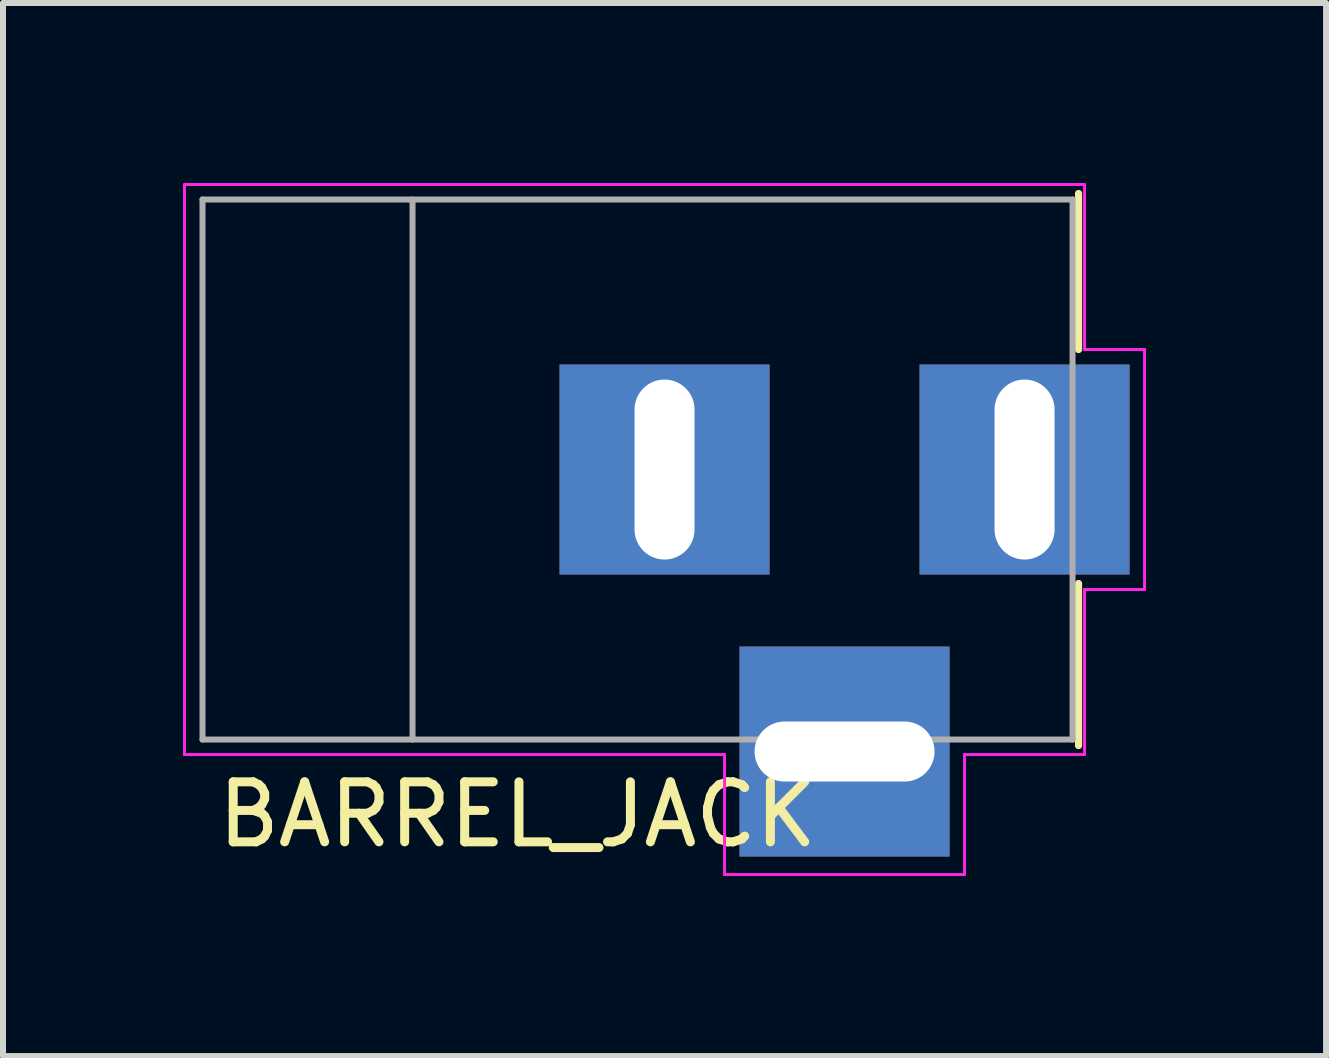
<source format=kicad_pcb>
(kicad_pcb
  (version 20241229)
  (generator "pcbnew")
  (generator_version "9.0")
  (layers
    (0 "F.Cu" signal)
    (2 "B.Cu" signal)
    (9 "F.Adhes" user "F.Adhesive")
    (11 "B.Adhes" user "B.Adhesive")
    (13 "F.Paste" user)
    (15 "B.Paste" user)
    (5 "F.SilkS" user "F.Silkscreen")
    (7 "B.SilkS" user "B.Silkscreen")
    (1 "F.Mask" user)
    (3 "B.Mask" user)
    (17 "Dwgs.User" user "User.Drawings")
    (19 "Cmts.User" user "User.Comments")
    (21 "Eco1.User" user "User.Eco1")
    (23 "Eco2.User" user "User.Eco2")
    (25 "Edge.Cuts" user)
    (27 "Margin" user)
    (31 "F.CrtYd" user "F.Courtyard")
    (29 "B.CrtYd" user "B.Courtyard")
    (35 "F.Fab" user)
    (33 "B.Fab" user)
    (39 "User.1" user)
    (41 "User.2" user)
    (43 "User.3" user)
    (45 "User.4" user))
  (footprint "BARREL_JACK"
    (layer "F.Cu")
    (at 14.025 4.775)
    (property "Reference" "BARREL_JACK" (at -8.45 5.75 180) (layer "F.SilkS") (effects (font (size 1 1) (thickness 0.15))))
    (attr through_hole)
    (fp_line (start 0.9 -4.6) (end 0.9 -2) (stroke (width 0.12) (type solid)) (layer "F.SilkS"))
    (fp_line (start 0.9 1.9) (end 0.9 4.6) (stroke (width 0.12) (type solid)) (layer "F.SilkS"))
    (fp_line (start -14 4.75) (end -14 -4.75) (stroke (width 0.05) (type solid)) (layer "F.CrtYd"))
    (fp_line (start -5 4.75) (end -14 4.75) (stroke (width 0.05) (type solid)) (layer "F.CrtYd"))
    (fp_line (start -5 6.75) (end -5 4.75) (stroke (width 0.05) (type solid)) (layer "F.CrtYd"))
    (fp_line (start -1 4.75) (end -1 6.75) (stroke (width 0.05) (type solid)) (layer "F.CrtYd"))
    (fp_line (start -1 6.75) (end -5 6.75) (stroke (width 0.05) (type solid)) (layer "F.CrtYd"))
    (fp_line (start 1 -4.75) (end -14 -4.75) (stroke (width 0.05) (type solid)) (layer "F.CrtYd"))
    (fp_line (start 1 -4.5) (end 1 -4.75) (stroke (width 0.05) (type solid)) (layer "F.CrtYd"))
    (fp_line (start 1 -4.5) (end 1 -2) (stroke (width 0.05) (type solid)) (layer "F.CrtYd"))
    (fp_line (start 1 -2) (end 2 -2) (stroke (width 0.05) (type solid)) (layer "F.CrtYd"))
    (fp_line (start 1 2) (end 1 4.75) (stroke (width 0.05) (type solid)) (layer "F.CrtYd"))
    (fp_line (start 1 4.75) (end -1 4.75) (stroke (width 0.05) (type solid)) (layer "F.CrtYd"))
    (fp_line (start 2 -2) (end 2 2) (stroke (width 0.05) (type solid)) (layer "F.CrtYd"))
    (fp_line (start 2 2) (end 1 2) (stroke (width 0.05) (type solid)) (layer "F.CrtYd"))
    (fp_line (start -13.7 -4.5) (end -13.7 4.5) (stroke (width 0.1) (type solid)) (layer "F.Fab"))
    (fp_line (start -13.7 4.5) (end 0.8 4.5) (stroke (width 0.1) (type solid)) (layer "F.Fab"))
    (fp_line (start -10.2 -4.5) (end -10.2 4.5) (stroke (width 0.1) (type solid)) (layer "F.Fab"))
    (fp_line (start 0.8 -4.5) (end -13.7 -4.5) (stroke (width 0.1) (type solid)) (layer "F.Fab"))
    (fp_line (start 0.8 4.5) (end 0.8 -4.5) (stroke (width 0.1) (type solid)) (layer "F.Fab"))
    (pad "1" thru_hole rect (at 0 0) (size 3.5 3.5) (drill oval 1 3) (layers "*.Cu" "*.Mask"))
    (pad "2" thru_hole rect (at -6 0) (size 3.5 3.5) (drill oval 1 3) (layers "*.Cu" "*.Mask"))
    (pad "3" thru_hole rect (at -3 4.7) (size 3.5 3.5) (drill oval 3 1) (layers "*.Cu" "*.Mask")))
  (gr_rect
    (start -3 -3)
    (end 19.05 14.55)
    (stroke (width 0.1) (type default))
    (fill no)
    (layer "Edge.Cuts")))
</source>
